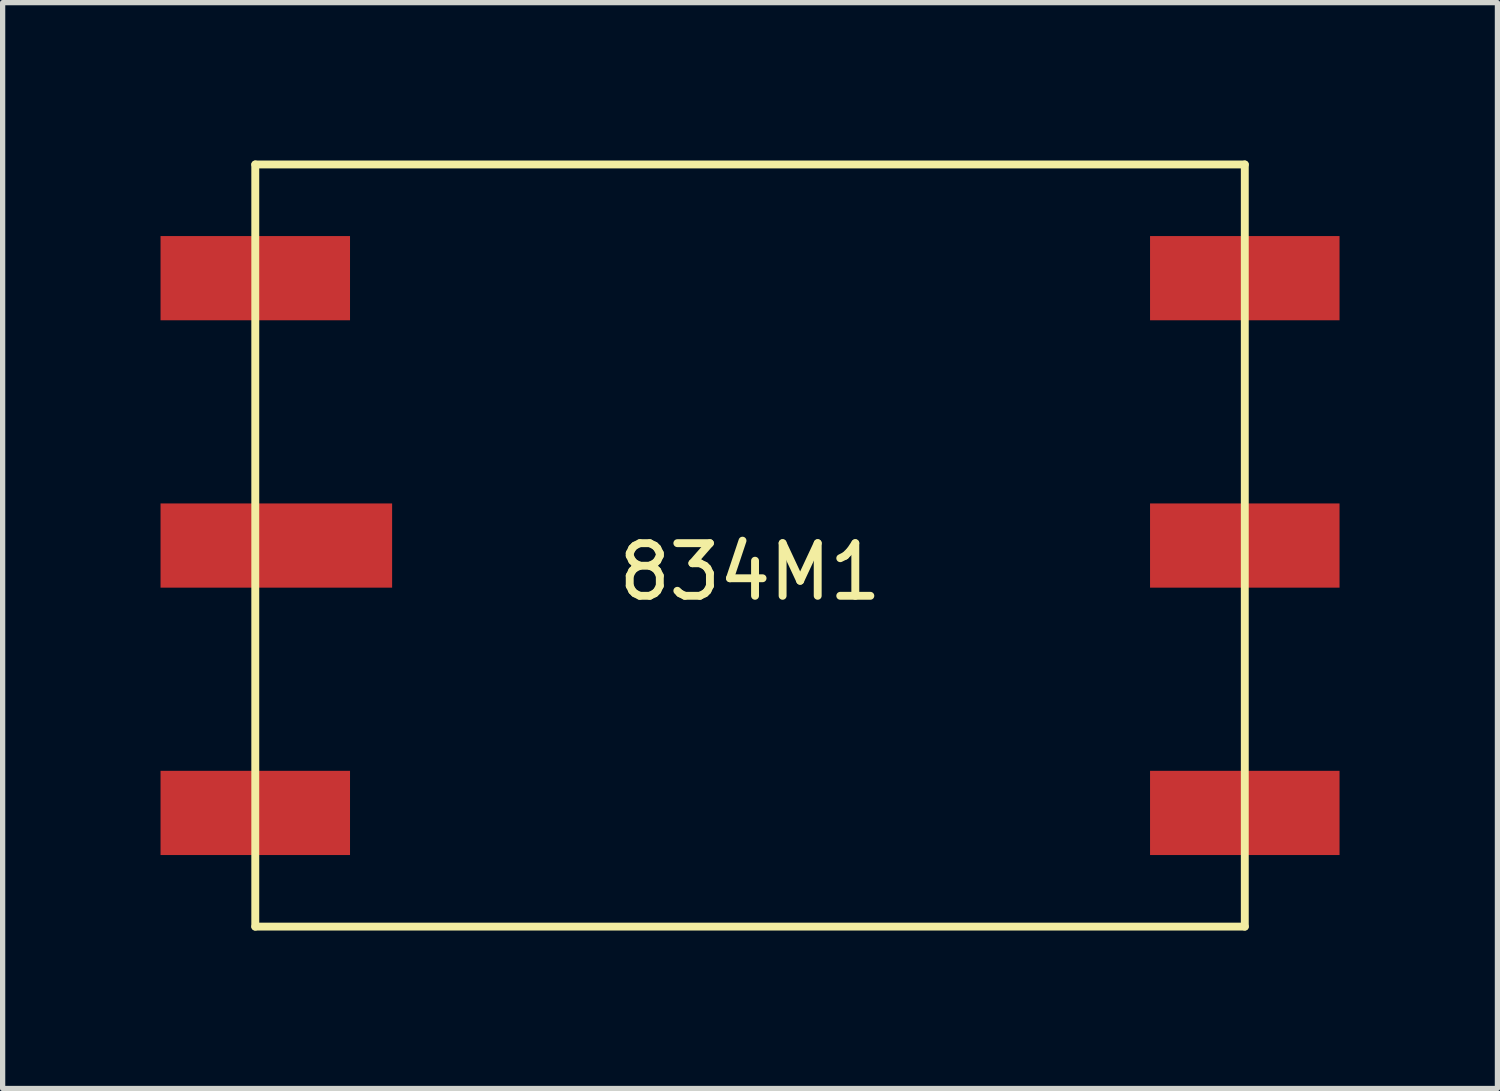
<source format=kicad_pcb>
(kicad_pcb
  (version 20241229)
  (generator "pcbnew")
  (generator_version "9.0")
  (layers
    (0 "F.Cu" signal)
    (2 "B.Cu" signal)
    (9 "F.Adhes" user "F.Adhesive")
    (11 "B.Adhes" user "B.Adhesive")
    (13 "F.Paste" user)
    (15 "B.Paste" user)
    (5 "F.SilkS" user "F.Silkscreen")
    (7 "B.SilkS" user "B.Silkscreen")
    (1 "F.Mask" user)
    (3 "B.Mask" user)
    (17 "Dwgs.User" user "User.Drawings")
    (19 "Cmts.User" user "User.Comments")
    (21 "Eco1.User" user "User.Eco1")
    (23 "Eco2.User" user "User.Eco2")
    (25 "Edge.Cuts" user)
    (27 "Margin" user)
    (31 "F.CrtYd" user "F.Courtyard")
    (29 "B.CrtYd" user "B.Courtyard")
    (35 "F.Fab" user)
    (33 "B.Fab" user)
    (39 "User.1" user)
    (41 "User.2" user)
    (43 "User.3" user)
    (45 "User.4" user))
  (footprint "834M1"
    (layer "F.Cu")
    (at 11.2 7.315)
    (property "Reference" "834M1" (at 0 0.5 0) (layer "F.SilkS") (effects (font (size 1 1) (thickness 0.15))))
    (attr through_hole)
    (fp_line (start -9.4 -7.24) (end -9.4 7.24) (stroke (width 0.15) (type solid)) (layer "F.SilkS"))
    (fp_line (start -9.4 7.24) (end 9.4 7.24) (stroke (width 0.15) (type solid)) (layer "F.SilkS"))
    (fp_line (start 9.4 -7.24) (end -9.4 -7.24) (stroke (width 0.15) (type solid)) (layer "F.SilkS"))
    (fp_line (start 9.4 7.24) (end 9.4 -7.24) (stroke (width 0.15) (type solid)) (layer "F.SilkS"))
    (pad "1" smd rect (at -9.4 5.08) (size 3.6 1.6) (layers "F.Cu" "F.Mask" "F.Paste"))
    (pad "2" smd rect (at -9.4 0) (size 4.4 1.6) (drill (offset 0.4 0)) (layers "F.Cu" "F.Mask" "F.Paste"))
    (pad "3" smd rect (at -9.4 -5.08) (size 3.6 1.6) (layers "F.Cu" "F.Mask" "F.Paste"))
    (pad "4" smd rect (at 9.4 5.08) (size 3.6 1.6) (layers "F.Cu" "F.Mask" "F.Paste"))
    (pad "5" smd rect (at 9.4 0) (size 3.6 1.6) (layers "F.Cu" "F.Mask" "F.Paste"))
    (pad "6" smd rect (at 9.4 -5.08) (size 3.6 1.6) (layers "F.Cu" "F.Mask" "F.Paste")))
  (gr_rect
    (start -3 -3)
    (end 25.4 17.63)
    (stroke (width 0.1) (type default))
    (fill no)
    (layer "Edge.Cuts")))
</source>
